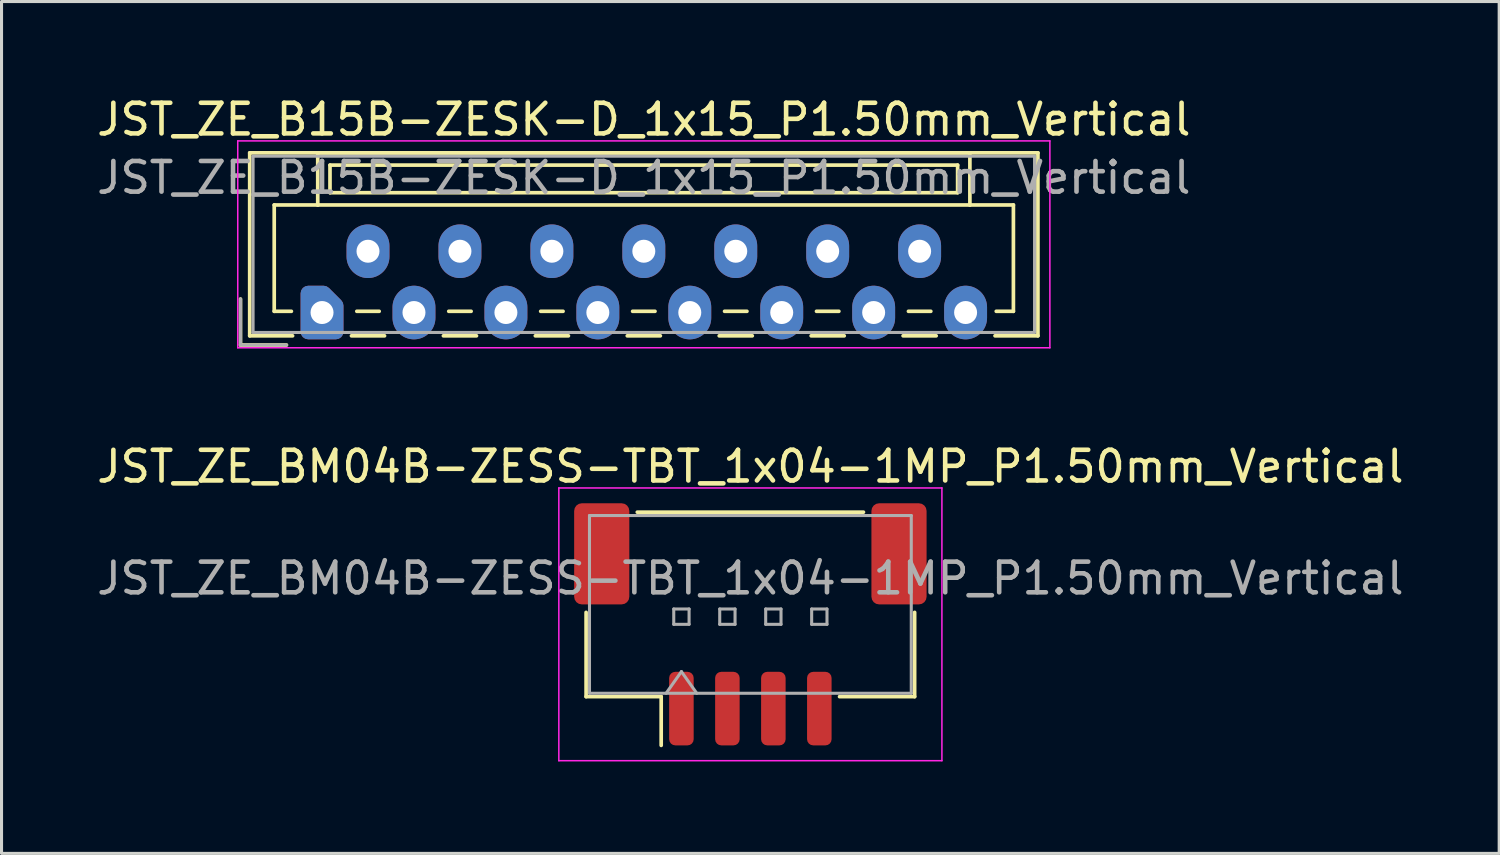
<source format=kicad_pcb>
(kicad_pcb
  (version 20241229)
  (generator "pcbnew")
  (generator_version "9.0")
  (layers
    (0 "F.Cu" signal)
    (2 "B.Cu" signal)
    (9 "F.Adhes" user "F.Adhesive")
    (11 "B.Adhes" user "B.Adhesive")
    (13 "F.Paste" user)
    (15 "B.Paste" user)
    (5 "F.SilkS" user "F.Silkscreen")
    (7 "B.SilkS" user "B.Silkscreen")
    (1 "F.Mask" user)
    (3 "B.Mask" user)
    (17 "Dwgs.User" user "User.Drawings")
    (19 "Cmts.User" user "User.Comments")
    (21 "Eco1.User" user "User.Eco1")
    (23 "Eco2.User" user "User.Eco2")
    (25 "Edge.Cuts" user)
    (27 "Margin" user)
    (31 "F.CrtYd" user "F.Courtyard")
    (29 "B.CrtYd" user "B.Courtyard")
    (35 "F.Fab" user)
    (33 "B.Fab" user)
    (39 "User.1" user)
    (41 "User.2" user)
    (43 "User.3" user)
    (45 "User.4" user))
  (footprint "JST_ZE_B15B-ZESK-D_1x15_P1.50mm_Vertical"
    (layer "F.Cu")
    (at 7.458 7.148)
    (property "Reference" "JST_ZE_B15B-ZESK-D_1x15_P1.50mm_Vertical" (at 10.5 -6.3 0) (layer "F.SilkS") (effects (font (size 1 1) (thickness 0.15))))
    (attr through_hole)
    (fp_line (start -2.66 -0.44) (end -2.66 1.06) (stroke (width 0.12) (type solid)) (layer "F.SilkS"))
    (fp_line (start -2.66 1.06) (end -1.16 1.06) (stroke (width 0.12) (type solid)) (layer "F.SilkS"))
    (fp_line (start -2.36 -5.21) (end 23.36 -5.21) (stroke (width 0.12) (type solid)) (layer "F.SilkS"))
    (fp_line (start -2.36 0.76) (end -2.36 -5.21) (stroke (width 0.12) (type solid)) (layer "F.SilkS"))
    (fp_line (start -1.56 -3.51) (end -1.56 -0.04) (stroke (width 0.12) (type solid)) (layer "F.SilkS"))
    (fp_line (start -1.56 -0.04) (end -1 -0.04) (stroke (width 0.12) (type solid)) (layer "F.SilkS"))
    (fp_line (start -0.96 0.76) (end -2.36 0.76) (stroke (width 0.12) (type solid)) (layer "F.SilkS"))
    (fp_line (start -0.14 -5.21) (end -0.14 -3.51) (stroke (width 0.12) (type solid)) (layer "F.SilkS"))
    (fp_line (start -0.14 -3.51) (end -1.56 -3.51) (stroke (width 0.12) (type solid)) (layer "F.SilkS"))
    (fp_line (start -0.14 -3.51) (end 21.14 -3.51) (stroke (width 0.12) (type solid)) (layer "F.SilkS"))
    (fp_line (start 0.26 -4.81) (end 0.26 -3.91) (stroke (width 0.12) (type solid)) (layer "F.SilkS"))
    (fp_line (start 0.26 -3.91) (end 20.74 -3.91) (stroke (width 0.12) (type solid)) (layer "F.SilkS"))
    (fp_line (start 0.96 0.76) (end 2.04 0.76) (stroke (width 0.12) (type solid)) (layer "F.SilkS"))
    (fp_line (start 1.135 -0.04) (end 1.865 -0.04) (stroke (width 0.12) (type solid)) (layer "F.SilkS"))
    (fp_line (start 3.96 0.76) (end 5.04 0.76) (stroke (width 0.12) (type solid)) (layer "F.SilkS"))
    (fp_line (start 4.135 -0.04) (end 4.865 -0.04) (stroke (width 0.12) (type solid)) (layer "F.SilkS"))
    (fp_line (start 6.96 0.76) (end 8.04 0.76) (stroke (width 0.12) (type solid)) (layer "F.SilkS"))
    (fp_line (start 7.135 -0.04) (end 7.865 -0.04) (stroke (width 0.12) (type solid)) (layer "F.SilkS"))
    (fp_line (start 9.96 0.76) (end 11.04 0.76) (stroke (width 0.12) (type solid)) (layer "F.SilkS"))
    (fp_line (start 10.135 -0.04) (end 10.865 -0.04) (stroke (width 0.12) (type solid)) (layer "F.SilkS"))
    (fp_line (start 12.96 0.76) (end 14.04 0.76) (stroke (width 0.12) (type solid)) (layer "F.SilkS"))
    (fp_line (start 13.135 -0.04) (end 13.865 -0.04) (stroke (width 0.12) (type solid)) (layer "F.SilkS"))
    (fp_line (start 15.96 0.76) (end 17.04 0.76) (stroke (width 0.12) (type solid)) (layer "F.SilkS"))
    (fp_line (start 16.135 -0.04) (end 16.865 -0.04) (stroke (width 0.12) (type solid)) (layer "F.SilkS"))
    (fp_line (start 18.96 0.76) (end 20.04 0.76) (stroke (width 0.12) (type solid)) (layer "F.SilkS"))
    (fp_line (start 19.135 -0.04) (end 19.865 -0.04) (stroke (width 0.12) (type solid)) (layer "F.SilkS"))
    (fp_line (start 20.74 -4.81) (end 0.26 -4.81) (stroke (width 0.12) (type solid)) (layer "F.SilkS"))
    (fp_line (start 20.74 -3.91) (end 20.74 -4.81) (stroke (width 0.12) (type solid)) (layer "F.SilkS"))
    (fp_line (start 21.14 -5.21) (end -0.14 -5.21) (stroke (width 0.12) (type solid)) (layer "F.SilkS"))
    (fp_line (start 21.14 -3.51) (end 21.14 -5.21) (stroke (width 0.12) (type solid)) (layer "F.SilkS"))
    (fp_line (start 21.14 -3.51) (end 22.56 -3.51) (stroke (width 0.12) (type solid)) (layer "F.SilkS"))
    (fp_line (start 22.56 -3.51) (end 22.56 -0.04) (stroke (width 0.12) (type solid)) (layer "F.SilkS"))
    (fp_line (start 22.56 -0.04) (end 22 -0.04) (stroke (width 0.12) (type solid)) (layer "F.SilkS"))
    (fp_line (start 23.36 -5.21) (end 23.36 0.76) (stroke (width 0.12) (type solid)) (layer "F.SilkS"))
    (fp_line (start 23.36 0.76) (end 21.96 0.76) (stroke (width 0.12) (type solid)) (layer "F.SilkS"))
    (fp_line (start -2.75 -5.6) (end -2.75 1.15) (stroke (width 0.05) (type solid)) (layer "F.CrtYd"))
    (fp_line (start -2.75 1.15) (end 23.75 1.15) (stroke (width 0.05) (type solid)) (layer "F.CrtYd"))
    (fp_line (start 23.75 -5.6) (end -2.75 -5.6) (stroke (width 0.05) (type solid)) (layer "F.CrtYd"))
    (fp_line (start 23.75 1.15) (end 23.75 -5.6) (stroke (width 0.05) (type solid)) (layer "F.CrtYd"))
    (fp_line (start -2.66 -0.44) (end -2.66 1.06) (stroke (width 0.1) (type solid)) (layer "F.Fab"))
    (fp_line (start -2.66 1.06) (end -1.16 1.06) (stroke (width 0.1) (type solid)) (layer "F.Fab"))
    (fp_line (start -2.25 -5.1) (end -2.25 0.65) (stroke (width 0.1) (type solid)) (layer "F.Fab"))
    (fp_line (start -2.25 0.65) (end 23.25 0.65) (stroke (width 0.1) (type solid)) (layer "F.Fab"))
    (fp_line (start 23.25 -5.1) (end -2.25 -5.1) (stroke (width 0.1) (type solid)) (layer "F.Fab"))
    (fp_line (start 23.25 0.65) (end 23.25 -5.1) (stroke (width 0.1) (type solid)) (layer "F.Fab"))
    (fp_text user "${REFERENCE}" (at 10.5 -4.4 0) (layer "F.Fab") (effects (font (size 1 1) (thickness 0.15))))
    (pad "1" thru_hole custom (at 0 0) (size 1.117 1.117) (drill 0.75) (layers "*.Cu" "*.Mask") (options (anchor circle)) (primitives (gr_poly (pts (xy 0.45 -0.225) (xy 0.45 0.625) (xy -0.45 0.625) (xy -0.45 -0.625) (xy 0.05 -0.625)) (width 0.5) (fill yes))))
    (pad "2" thru_hole oval (at 1.5 -2) (size 1.4 1.75) (drill 0.75) (layers "*.Cu" "*.Mask"))
    (pad "3" thru_hole oval (at 3 0) (size 1.4 1.75) (drill 0.75) (layers "*.Cu" "*.Mask"))
    (pad "4" thru_hole oval (at 4.5 -2) (size 1.4 1.75) (drill 0.75) (layers "*.Cu" "*.Mask"))
    (pad "5" thru_hole oval (at 6 0) (size 1.4 1.75) (drill 0.75) (layers "*.Cu" "*.Mask"))
    (pad "6" thru_hole oval (at 7.5 -2) (size 1.4 1.75) (drill 0.75) (layers "*.Cu" "*.Mask"))
    (pad "7" thru_hole oval (at 9 0) (size 1.4 1.75) (drill 0.75) (layers "*.Cu" "*.Mask"))
    (pad "8" thru_hole oval (at 10.5 -2) (size 1.4 1.75) (drill 0.75) (layers "*.Cu" "*.Mask"))
    (pad "9" thru_hole oval (at 12 0) (size 1.4 1.75) (drill 0.75) (layers "*.Cu" "*.Mask"))
    (pad "10" thru_hole oval (at 13.5 -2) (size 1.4 1.75) (drill 0.75) (layers "*.Cu" "*.Mask"))
    (pad "11" thru_hole oval (at 15 0) (size 1.4 1.75) (drill 0.75) (layers "*.Cu" "*.Mask"))
    (pad "12" thru_hole oval (at 16.5 -2) (size 1.4 1.75) (drill 0.75) (layers "*.Cu" "*.Mask"))
    (pad "13" thru_hole oval (at 18 0) (size 1.4 1.75) (drill 0.75) (layers "*.Cu" "*.Mask"))
    (pad "14" thru_hole oval (at 19.5 -2) (size 1.4 1.75) (drill 0.75) (layers "*.Cu" "*.Mask"))
    (pad "15" thru_hole oval (at 21 0) (size 1.4 1.75) (drill 0.75) (layers "*.Cu" "*.Mask")))
  (footprint "JST_ZE_BM04B-ZESS-TBT_1x04-1MP_P1.50mm_Vertical"
    (layer "F.Cu")
    (at 21.435 17.322)
    (property "Reference" "JST_ZE_BM04B-ZESS-TBT_1x04-1MP_P1.50mm_Vertical" (at 0 -5.15 0) (layer "F.SilkS") (effects (font (size 1 1) (thickness 0.15))))
    (attr smd)
    (fp_line (start -5.36 -0.39) (end -5.36 2.36) (stroke (width 0.12) (type solid)) (layer "F.SilkS"))
    (fp_line (start -5.36 2.36) (end -2.91 2.36) (stroke (width 0.12) (type solid)) (layer "F.SilkS"))
    (fp_line (start -3.69 -3.66) (end 3.69 -3.66) (stroke (width 0.12) (type solid)) (layer "F.SilkS"))
    (fp_line (start -2.91 2.36) (end -2.91 3.95) (stroke (width 0.12) (type solid)) (layer "F.SilkS"))
    (fp_line (start 5.36 -0.39) (end 5.36 2.36) (stroke (width 0.12) (type solid)) (layer "F.SilkS"))
    (fp_line (start 5.36 2.36) (end 2.91 2.36) (stroke (width 0.12) (type solid)) (layer "F.SilkS"))
    (fp_line (start -6.25 -4.45) (end -6.25 4.45) (stroke (width 0.05) (type solid)) (layer "F.CrtYd"))
    (fp_line (start -6.25 4.45) (end 6.25 4.45) (stroke (width 0.05) (type solid)) (layer "F.CrtYd"))
    (fp_line (start 6.25 -4.45) (end -6.25 -4.45) (stroke (width 0.05) (type solid)) (layer "F.CrtYd"))
    (fp_line (start 6.25 4.45) (end 6.25 -4.45) (stroke (width 0.05) (type solid)) (layer "F.CrtYd"))
    (fp_line (start -5.25 -3.55) (end 5.25 -3.55) (stroke (width 0.1) (type solid)) (layer "F.Fab"))
    (fp_line (start -5.25 2.25) (end -5.25 -3.55) (stroke (width 0.1) (type solid)) (layer "F.Fab"))
    (fp_line (start -5.25 2.25) (end 5.25 2.25) (stroke (width 0.1) (type solid)) (layer "F.Fab"))
    (fp_line (start -2.75 2.25) (end -2.25 1.543) (stroke (width 0.1) (type solid)) (layer "F.Fab"))
    (fp_line (start -2.5 -0.5) (end -2.5 0) (stroke (width 0.1) (type solid)) (layer "F.Fab"))
    (fp_line (start -2.5 0) (end -2 0) (stroke (width 0.1) (type solid)) (layer "F.Fab"))
    (fp_line (start -2.25 1.543) (end -1.75 2.25) (stroke (width 0.1) (type solid)) (layer "F.Fab"))
    (fp_line (start -2 -0.5) (end -2.5 -0.5) (stroke (width 0.1) (type solid)) (layer "F.Fab"))
    (fp_line (start -2 0) (end -2 -0.5) (stroke (width 0.1) (type solid)) (layer "F.Fab"))
    (fp_line (start -1 -0.5) (end -1 0) (stroke (width 0.1) (type solid)) (layer "F.Fab"))
    (fp_line (start -1 0) (end -0.5 0) (stroke (width 0.1) (type solid)) (layer "F.Fab"))
    (fp_line (start -0.5 -0.5) (end -1 -0.5) (stroke (width 0.1) (type solid)) (layer "F.Fab"))
    (fp_line (start -0.5 0) (end -0.5 -0.5) (stroke (width 0.1) (type solid)) (layer "F.Fab"))
    (fp_line (start 0.5 -0.5) (end 0.5 0) (stroke (width 0.1) (type solid)) (layer "F.Fab"))
    (fp_line (start 0.5 0) (end 1 0) (stroke (width 0.1) (type solid)) (layer "F.Fab"))
    (fp_line (start 1 -0.5) (end 0.5 -0.5) (stroke (width 0.1) (type solid)) (layer "F.Fab"))
    (fp_line (start 1 0) (end 1 -0.5) (stroke (width 0.1) (type solid)) (layer "F.Fab"))
    (fp_line (start 2 -0.5) (end 2 0) (stroke (width 0.1) (type solid)) (layer "F.Fab"))
    (fp_line (start 2 0) (end 2.5 0) (stroke (width 0.1) (type solid)) (layer "F.Fab"))
    (fp_line (start 2.5 -0.5) (end 2 -0.5) (stroke (width 0.1) (type solid)) (layer "F.Fab"))
    (fp_line (start 2.5 0) (end 2.5 -0.5) (stroke (width 0.1) (type solid)) (layer "F.Fab"))
    (fp_line (start 5.25 2.25) (end 5.25 -3.55) (stroke (width 0.1) (type solid)) (layer "F.Fab"))
    (fp_text user "${REFERENCE}" (at 0 -1.5 0) (layer "F.Fab") (effects (font (size 1 1) (thickness 0.15))))
    (pad "1" smd roundrect (at -2.25 2.75) (size 0.8 2.4) (layers "F.Cu" "F.Mask" "F.Paste") (roundrect_rratio 0.25))
    (pad "2" smd roundrect (at -0.75 2.75) (size 0.8 2.4) (layers "F.Cu" "F.Mask" "F.Paste") (roundrect_rratio 0.25))
    (pad "3" smd roundrect (at 0.75 2.75) (size 0.8 2.4) (layers "F.Cu" "F.Mask" "F.Paste") (roundrect_rratio 0.25))
    (pad "4" smd roundrect (at 2.25 2.75) (size 0.8 2.4) (layers "F.Cu" "F.Mask" "F.Paste") (roundrect_rratio 0.25))
    (pad "MP" smd roundrect (at -4.85 -2.3) (size 1.8 3.3) (layers "F.Cu" "F.Mask" "F.Paste") (roundrect_rratio 0.139))
    (pad "MP" smd roundrect (at 4.85 -2.3) (size 1.8 3.3) (layers "F.Cu" "F.Mask" "F.Paste") (roundrect_rratio 0.139)))
  (gr_rect
    (start -3 -3)
    (end 45.869 24.797)
    (stroke (width 0.1) (type default))
    (fill no)
    (layer "Edge.Cuts")))
</source>
